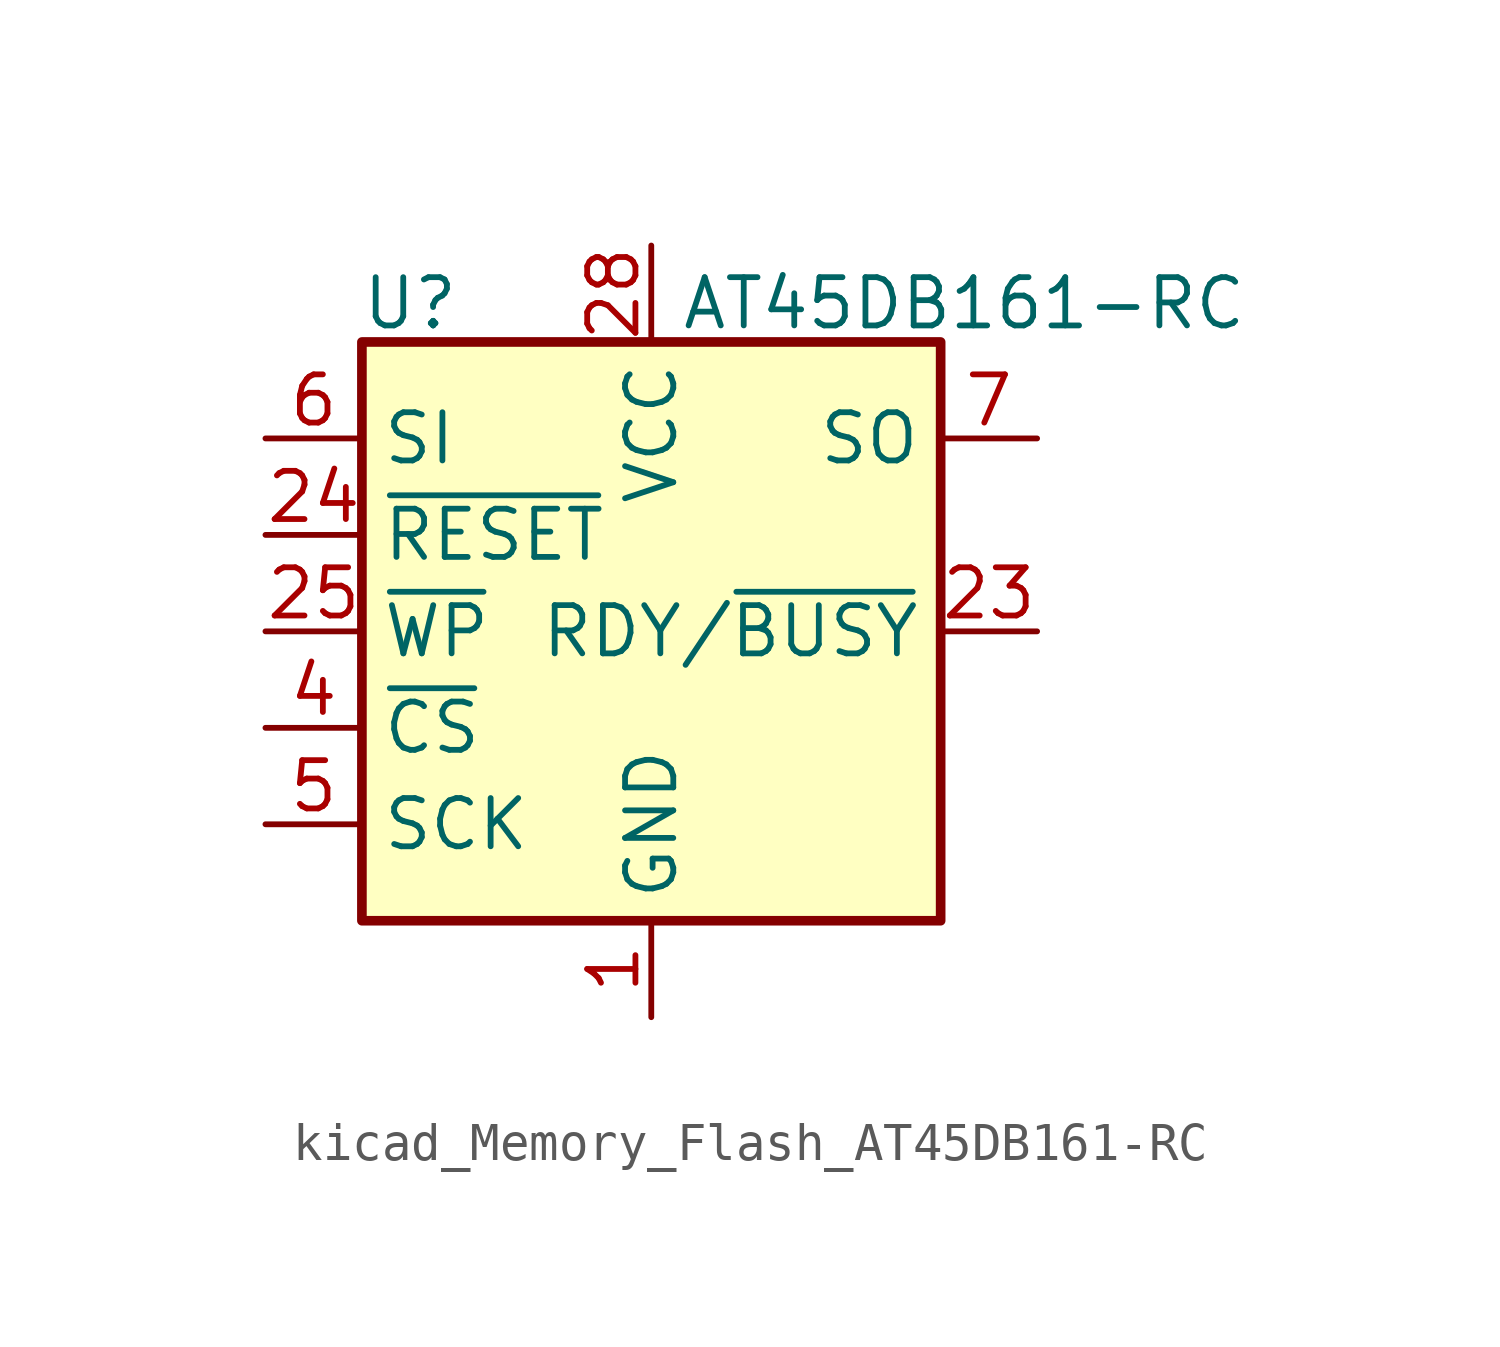
<source format=kicad_sym>
(kicad_symbol_lib
  (version 20220914)
  (generator kicad_symbol_editor)
  (symbol "kicad_Memory_Flash_AT45DB161-RC"
    (property "Reference" "U"
      (at -6.35 8.636 0)
      (effects (font (size 1.27 1.27))))
    (property "Value" "AT45DB161-RC"
      (at 0.762 8.636 0)
      (effects (font (size 1.27 1.27)) (justify left)))
    (symbol "kicad_Memory_Flash_AT45DB161-RC_0_1"
      (rectangle (start -7.62 7.62) (end 7.62 -7.62) (stroke (width 0.254) (type default)) (fill (type background))))
    (symbol "kicad_Memory_Flash_AT45DB161-RC_1_1"
      (pin power_in line (at 0 -10.16 90) (length 2.54) (name "GND" (effects (font (size 1.27 1.27)))) (number "1" (effects (font (size 1.27 1.27)))))
      (pin output line (at 10.16 0 180) (length 2.54) (name "RDY/~{BUSY}" (effects (font (size 1.27 1.27)))) (number "23" (effects (font (size 1.27 1.27)))))
      (pin input line (at -10.16 2.54 0) (length 2.54) (name "~{RESET}" (effects (font (size 1.27 1.27)))) (number "24" (effects (font (size 1.27 1.27)))))
      (pin input line (at -10.16 0 0) (length 2.54) (name "~{WP}" (effects (font (size 1.27 1.27)))) (number "25" (effects (font (size 1.27 1.27)))))
      (pin power_in line (at 0 10.16 270) (length 2.54) (name "VCC" (effects (font (size 1.27 1.27)))) (number "28" (effects (font (size 1.27 1.27)))))
      (pin input line (at -10.16 -2.54 0) (length 2.54) (name "~{CS}" (effects (font (size 1.27 1.27)))) (number "4" (effects (font (size 1.27 1.27)))))
      (pin input line (at -10.16 -5.08 0) (length 2.54) (name "SCK" (effects (font (size 1.27 1.27)))) (number "5" (effects (font (size 1.27 1.27)))))
      (pin input line (at -10.16 5.08 0) (length 2.54) (name "SI" (effects (font (size 1.27 1.27)))) (number "6" (effects (font (size 1.27 1.27)))))
      (pin output line (at 10.16 5.08 180) (length 2.54) (name "SO" (effects (font (size 1.27 1.27)))) (number "7" (effects (font (size 1.27 1.27))))))))
</source>
